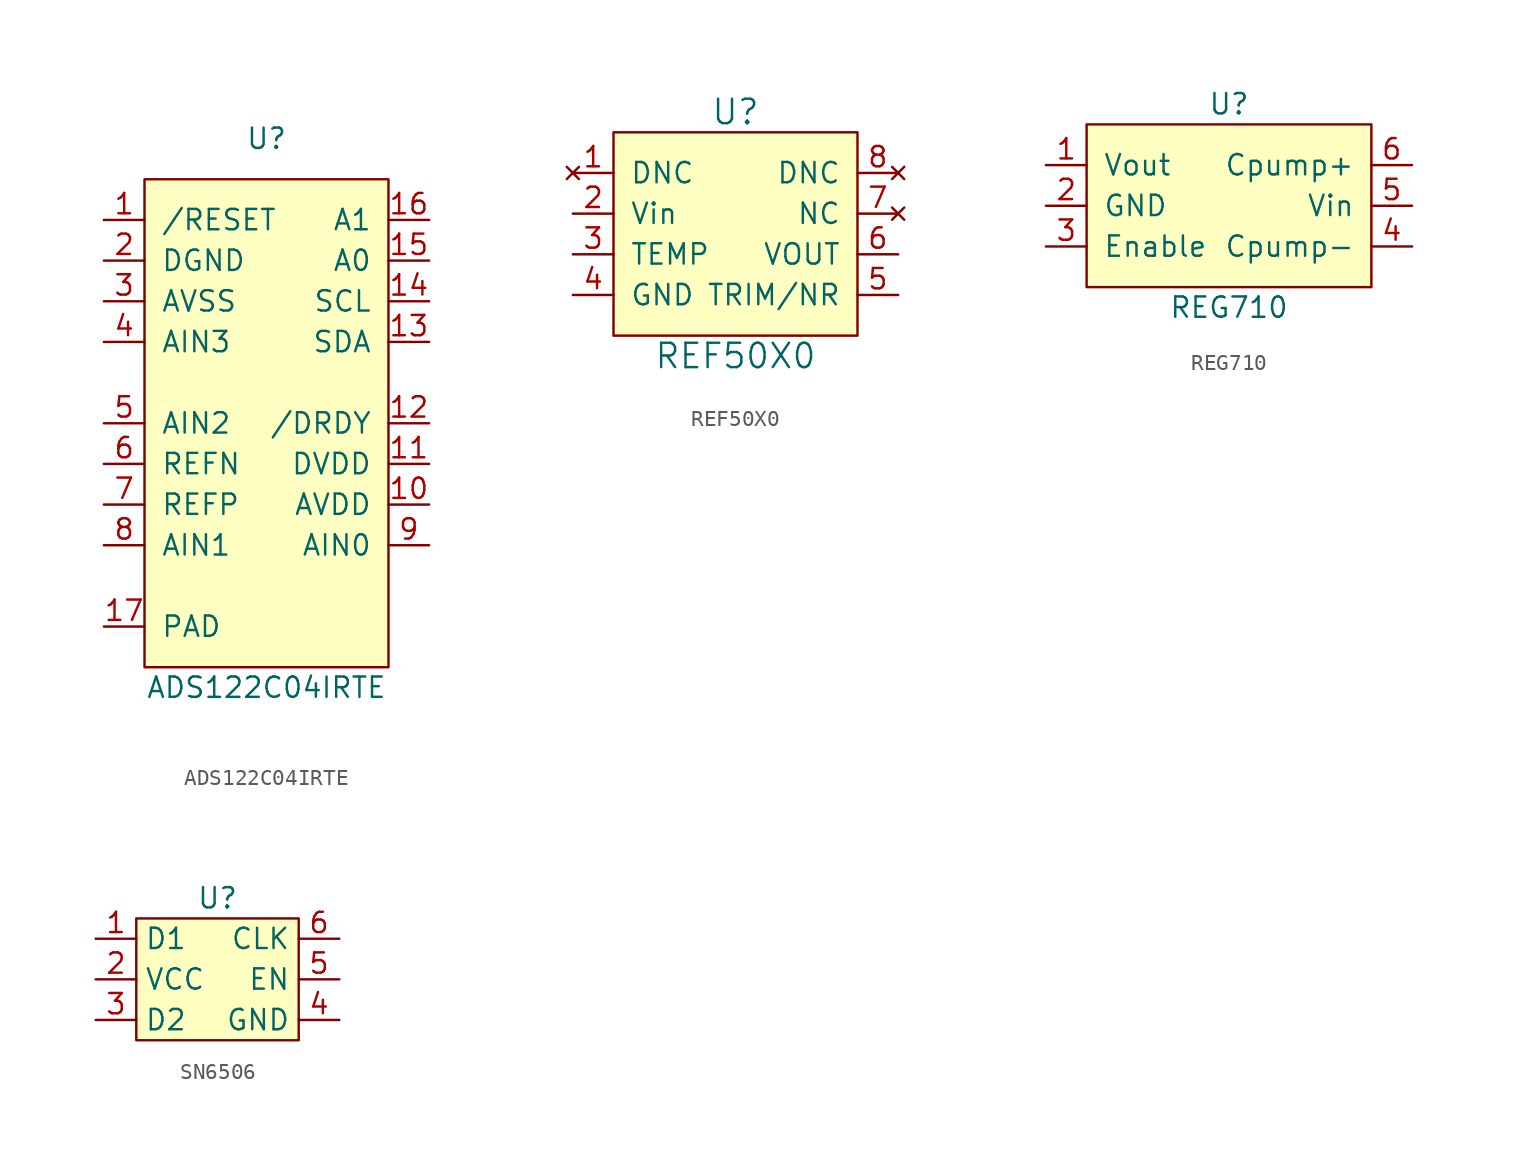
<source format=kicad_sym>
(kicad_symbol_lib
  (version 20241209)
  (generator "kicad_symbol_editor")
  (generator_version "9.0")
  (symbol "ADS122C04IRTE"
    (pin_names
      (offset 1.016))
    (property "Reference" "U"
      (at 0 15.24 0)
      (effects (font (size 1.27 1.27))))
    (property "Value" "ADS122C04IRTE"
      (at 0 -19.05 0)
      (effects (font (size 1.27 1.27))))
    (symbol "ADS122C04IRTE_0_1"
      (rectangle (start -7.62 12.7) (end 7.62 -17.78) (stroke (width 0) (type default)) (fill (type background))))
    (symbol "ADS122C04IRTE_1_1"
      (pin input line (at -10.16 10.16 0) (length 2.54) (name "/RESET" (effects (font (size 1.27 1.27)))) (number "1" (effects (font (size 1.27 1.27)))))
      (pin power_in line (at -10.16 7.62 0) (length 2.54) (name "DGND" (effects (font (size 1.27 1.27)))) (number "2" (effects (font (size 1.27 1.27)))))
      (pin power_in line (at -10.16 5.08 0) (length 2.54) (name "AVSS" (effects (font (size 1.27 1.27)))) (number "3" (effects (font (size 1.27 1.27)))))
      (pin input line (at -10.16 2.54 0) (length 2.54) (name "AIN3" (effects (font (size 1.27 1.27)))) (number "4" (effects (font (size 1.27 1.27)))))
      (pin input line (at -10.16 -2.54 0) (length 2.54) (name "AIN2" (effects (font (size 1.27 1.27)))) (number "5" (effects (font (size 1.27 1.27)))))
      (pin input line (at -10.16 -5.08 0) (length 2.54) (name "REFN" (effects (font (size 1.27 1.27)))) (number "6" (effects (font (size 1.27 1.27)))))
      (pin input line (at -10.16 -7.62 0) (length 2.54) (name "REFP" (effects (font (size 1.27 1.27)))) (number "7" (effects (font (size 1.27 1.27)))))
      (pin input line (at -10.16 -10.16 0) (length 2.54) (name "AIN1" (effects (font (size 1.27 1.27)))) (number "8" (effects (font (size 1.27 1.27)))))
      (pin input line (at -10.16 -15.24 0) (length 2.54) (name "PAD" (effects (font (size 1.27 1.27)))) (number "17" (effects (font (size 1.27 1.27)))))
      (pin bidirectional line (at 10.16 10.16 180) (length 2.54) (name "A1" (effects (font (size 1.27 1.27)))) (number "16" (effects (font (size 1.27 1.27)))))
      (pin bidirectional line (at 10.16 7.62 180) (length 2.54) (name "A0" (effects (font (size 1.27 1.27)))) (number "15" (effects (font (size 1.27 1.27)))))
      (pin input line (at 10.16 5.08 180) (length 2.54) (name "SCL" (effects (font (size 1.27 1.27)))) (number "14" (effects (font (size 1.27 1.27)))))
      (pin bidirectional line (at 10.16 2.54 180) (length 2.54) (name "SDA" (effects (font (size 1.27 1.27)))) (number "13" (effects (font (size 1.27 1.27)))))
      (pin open_collector line (at 10.16 -2.54 180) (length 2.54) (name "/DRDY" (effects (font (size 1.27 1.27)))) (number "12" (effects (font (size 1.27 1.27)))))
      (pin power_in line (at 10.16 -5.08 180) (length 2.54) (name "DVDD" (effects (font (size 1.27 1.27)))) (number "11" (effects (font (size 1.27 1.27)))))
      (pin power_in line (at 10.16 -7.62 180) (length 2.54) (name "AVDD" (effects (font (size 1.27 1.27)))) (number "10" (effects (font (size 1.27 1.27)))))
      (pin input line (at 10.16 -10.16 180) (length 2.54) (name "AIN0" (effects (font (size 1.27 1.27)))) (number "9" (effects (font (size 1.27 1.27)))))))
  (symbol "REF50X0"
    (pin_names
      (offset 1.016))
    (property "Reference" "U"
      (at 0 8.89 0)
      (effects (font (size 1.524 1.524))))
    (property "Value" "REF50X0"
      (at 0 -6.35 0)
      (effects (font (size 1.524 1.524))))
    (symbol "REF50X0_0_1"
      (rectangle (start -7.62 7.62) (end 7.62 -5.08) (stroke (width 0) (type default)) (fill (type background))))
    (symbol "REF50X0_1_1"
      (pin no_connect line (at -10.16 5.08 0) (length 2.54) (name "DNC" (effects (font (size 1.27 1.27)))) (number "1" (effects (font (size 1.27 1.27)))))
      (pin power_in line (at -10.16 2.54 0) (length 2.54) (name "Vin" (effects (font (size 1.27 1.27)))) (number "2" (effects (font (size 1.27 1.27)))))
      (pin input line (at -10.16 0 0) (length 2.54) (name "TEMP" (effects (font (size 1.27 1.27)))) (number "3" (effects (font (size 1.27 1.27)))))
      (pin power_in line (at -10.16 -2.54 0) (length 2.54) (name "GND" (effects (font (size 1.27 1.27)))) (number "4" (effects (font (size 1.27 1.27)))))
      (pin no_connect line (at 10.16 5.08 180) (length 2.54) (name "DNC" (effects (font (size 1.27 1.27)))) (number "8" (effects (font (size 1.27 1.27)))))
      (pin no_connect line (at 10.16 2.54 180) (length 2.54) (name "NC" (effects (font (size 1.27 1.27)))) (number "7" (effects (font (size 1.27 1.27)))))
      (pin power_out line (at 10.16 0 180) (length 2.54) (name "VOUT" (effects (font (size 1.27 1.27)))) (number "6" (effects (font (size 1.27 1.27)))))
      (pin bidirectional line (at 10.16 -2.54 180) (length 2.54) (name "TRIM/NR" (effects (font (size 1.27 1.27)))) (number "5" (effects (font (size 1.27 1.27)))))))
  (symbol "REG710"
    (pin_names
      (offset 1.016))
    (property "Reference" "U"
      (at 0 6.35 0)
      (effects (font (size 1.27 1.27))))
    (property "Value" "REG710"
      (at 0 -6.35 0)
      (effects (font (size 1.27 1.27))))
    (symbol "REG710_0_1"
      (rectangle (start -8.89 5.08) (end 8.89 -5.08) (stroke (width 0) (type default)) (fill (type background))))
    (symbol "REG710_1_1"
      (pin power_out line (at -11.43 2.54 0) (length 2.54) (name "Vout" (effects (font (size 1.27 1.27)))) (number "1" (effects (font (size 1.27 1.27)))))
      (pin power_in line (at -11.43 0 0) (length 2.54) (name "GND" (effects (font (size 1.27 1.27)))) (number "2" (effects (font (size 1.27 1.27)))))
      (pin input line (at -11.43 -2.54 0) (length 2.54) (name "Enable" (effects (font (size 1.27 1.27)))) (number "3" (effects (font (size 1.27 1.27)))))
      (pin passive line (at 11.43 2.54 180) (length 2.54) (name "Cpump+" (effects (font (size 1.27 1.27)))) (number "6" (effects (font (size 1.27 1.27)))))
      (pin power_in line (at 11.43 0 180) (length 2.54) (name "Vin" (effects (font (size 1.27 1.27)))) (number "5" (effects (font (size 1.27 1.27)))))
      (pin passive line (at 11.43 -2.54 180) (length 2.54) (name "Cpump-" (effects (font (size 1.27 1.27)))) (number "4" (effects (font (size 1.27 1.27)))))))
  (symbol "SN6506"
    (property "Reference" "U"
      (at 0 5.08 0)
      (effects (font (size 1.27 1.27))))
    (property "Value" ""
      (at 0 0 0)
      (effects (font (size 1.27 1.27))))
    (symbol "SN6506_1_1"
      (rectangle (start -5.08 3.81) (end 5.08 -3.81) (stroke (width 0) (type solid)) (fill (type background)))
      (pin input line (at -7.62 2.54 0) (length 2.54) (name "D1" (effects (font (size 1.27 1.27)))) (number "1" (effects (font (size 1.27 1.27)))))
      (pin power_in line (at -7.62 0 0) (length 2.54) (name "VCC" (effects (font (size 1.27 1.27)))) (number "2" (effects (font (size 1.27 1.27)))))
      (pin input line (at -7.62 -2.54 0) (length 2.54) (name "D2" (effects (font (size 1.27 1.27)))) (number "3" (effects (font (size 1.27 1.27)))))
      (pin input line (at 7.62 2.54 180) (length 2.54) (name "CLK" (effects (font (size 1.27 1.27)))) (number "6" (effects (font (size 1.27 1.27)))))
      (pin input line (at 7.62 0 180) (length 2.54) (name "EN" (effects (font (size 1.27 1.27)))) (number "5" (effects (font (size 1.27 1.27)))))
      (pin power_in line (at 7.62 -2.54 180) (length 2.54) (name "GND" (effects (font (size 1.27 1.27)))) (number "4" (effects (font (size 1.27 1.27))))))))
</source>
